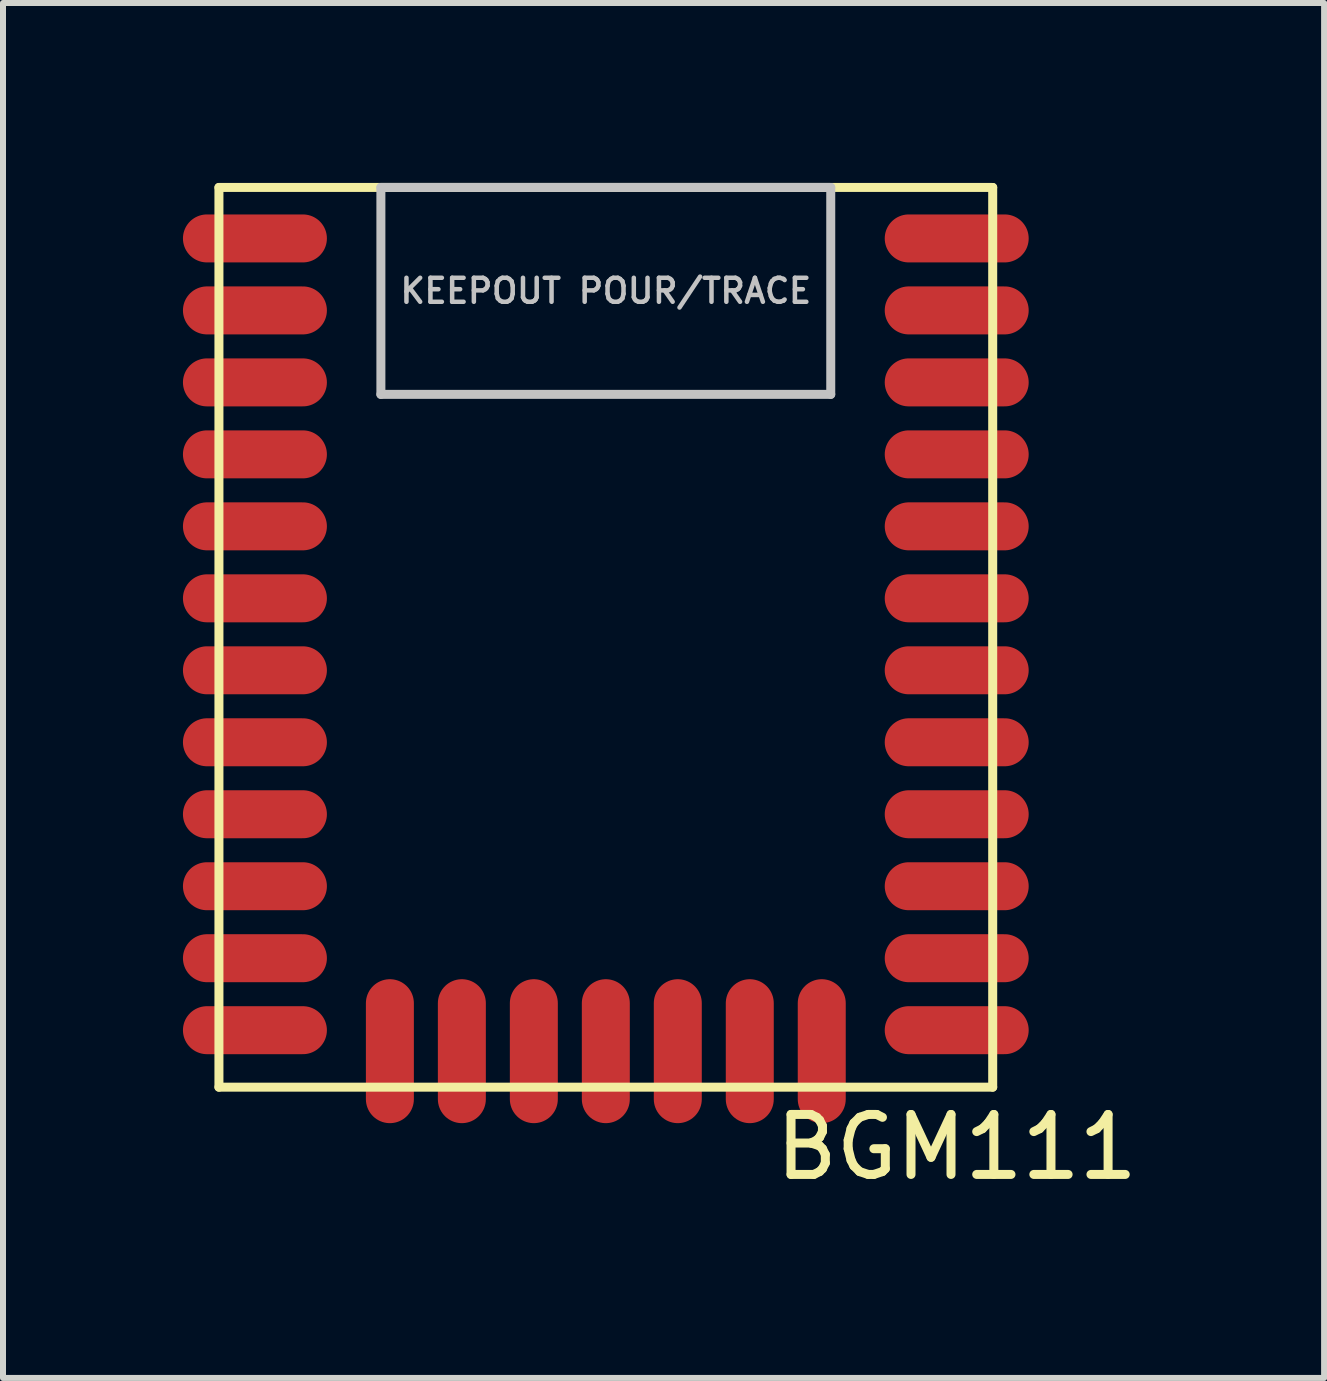
<source format=kicad_pcb>
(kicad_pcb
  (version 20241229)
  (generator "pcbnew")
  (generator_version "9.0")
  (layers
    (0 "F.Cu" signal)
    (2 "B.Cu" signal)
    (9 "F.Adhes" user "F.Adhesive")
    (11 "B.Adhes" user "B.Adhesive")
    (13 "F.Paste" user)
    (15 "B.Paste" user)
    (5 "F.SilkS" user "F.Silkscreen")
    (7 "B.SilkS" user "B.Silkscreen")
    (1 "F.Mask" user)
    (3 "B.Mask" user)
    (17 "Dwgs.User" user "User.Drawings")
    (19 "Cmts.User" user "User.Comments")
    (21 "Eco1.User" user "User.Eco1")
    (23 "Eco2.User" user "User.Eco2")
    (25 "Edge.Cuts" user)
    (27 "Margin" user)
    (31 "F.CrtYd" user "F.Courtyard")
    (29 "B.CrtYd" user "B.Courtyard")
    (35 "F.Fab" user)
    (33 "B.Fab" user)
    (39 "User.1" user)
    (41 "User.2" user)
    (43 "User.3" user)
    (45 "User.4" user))
  (footprint "BGM111"
    (layer "F.Cu")
    (at 7.05 7.575)
    (property "Reference" "BGM111" (at 5.85 8.5 0) (layer "F.SilkS") (effects (font (size 1 1) (thickness 0.15))))
    (attr through_hole)
    (fp_line (start -6.45 -7.5) (end -6.45 7.5) (stroke (width 0.15) (type solid)) (layer "F.SilkS"))
    (fp_line (start -6.45 7.5) (end 6.45 7.5) (stroke (width 0.15) (type solid)) (layer "F.SilkS"))
    (fp_line (start 6.45 -7.5) (end -6.45 -7.5) (stroke (width 0.15) (type solid)) (layer "F.SilkS"))
    (fp_line (start 6.45 7.5) (end 6.45 -7.5) (stroke (width 0.15) (type solid)) (layer "F.SilkS"))
    (fp_line (start -3.75 -7.5) (end -3.75 -4.05) (stroke (width 0.15) (type solid)) (layer "Dwgs.User"))
    (fp_line (start -3.75 -4.05) (end 3.75 -4.05) (stroke (width 0.15) (type solid)) (layer "Dwgs.User"))
    (fp_line (start 3.75 -7.5) (end -3.75 -7.5) (stroke (width 0.15) (type solid)) (layer "Dwgs.User"))
    (fp_line (start 3.75 -4.05) (end 3.75 -7.5) (stroke (width 0.15) (type solid)) (layer "Dwgs.User"))
    (fp_text user "KEEPOUT POUR/TRACE" (at 0 -5.775 0) (layer "Dwgs.User") (effects (font (size 0.4 0.4) (thickness 0.075))))
    (pad "1" smd oval (at -5.85 -6.65) (size 2.4 0.8) (layers "F.Cu" "F.Mask" "F.Paste"))
    (pad "2" smd oval (at -5.85 -5.45) (size 2.4 0.8) (layers "F.Cu" "F.Mask" "F.Paste"))
    (pad "3" smd oval (at -5.85 -4.25) (size 2.4 0.8) (layers "F.Cu" "F.Mask" "F.Paste"))
    (pad "4" smd oval (at -5.85 -3.05) (size 2.4 0.8) (layers "F.Cu" "F.Mask" "F.Paste"))
    (pad "5" smd oval (at -5.85 -1.85) (size 2.4 0.8) (layers "F.Cu" "F.Mask" "F.Paste"))
    (pad "6" smd oval (at -5.85 -0.65) (size 2.4 0.8) (layers "F.Cu" "F.Mask" "F.Paste"))
    (pad "7" smd oval (at -5.85 0.55) (size 2.4 0.8) (layers "F.Cu" "F.Mask" "F.Paste"))
    (pad "8" smd oval (at -5.85 1.75) (size 2.4 0.8) (layers "F.Cu" "F.Mask" "F.Paste"))
    (pad "9" smd oval (at -5.85 2.95) (size 2.4 0.8) (layers "F.Cu" "F.Mask" "F.Paste"))
    (pad "10" smd oval (at -5.85 4.15) (size 2.4 0.8) (layers "F.Cu" "F.Mask" "F.Paste"))
    (pad "11" smd oval (at -5.85 5.35) (size 2.4 0.8) (layers "F.Cu" "F.Mask" "F.Paste"))
    (pad "12" smd oval (at -5.85 6.55) (size 2.4 0.8) (layers "F.Cu" "F.Mask" "F.Paste"))
    (pad "13" smd oval (at -3.6 6.9 90) (size 2.4 0.8) (layers "F.Cu" "F.Mask" "F.Paste"))
    (pad "14" smd oval (at -2.4 6.9 90) (size 2.4 0.8) (layers "F.Cu" "F.Mask" "F.Paste"))
    (pad "15" smd oval (at -1.2 6.9 90) (size 2.4 0.8) (layers "F.Cu" "F.Mask" "F.Paste"))
    (pad "16" smd oval (at 0 6.9 90) (size 2.4 0.8) (layers "F.Cu" "F.Mask" "F.Paste"))
    (pad "17" smd oval (at 1.2 6.9 90) (size 2.4 0.8) (layers "F.Cu" "F.Mask" "F.Paste"))
    (pad "18" smd oval (at 2.4 6.9 90) (size 2.4 0.8) (layers "F.Cu" "F.Mask" "F.Paste"))
    (pad "19" smd oval (at 3.6 6.9 90) (size 2.4 0.8) (layers "F.Cu" "F.Mask" "F.Paste"))
    (pad "20" smd oval (at 5.85 6.55) (size 2.4 0.8) (layers "F.Cu" "F.Mask" "F.Paste"))
    (pad "21" smd oval (at 5.85 5.35) (size 2.4 0.8) (layers "F.Cu" "F.Mask" "F.Paste"))
    (pad "22" smd oval (at 5.85 4.15) (size 2.4 0.8) (layers "F.Cu" "F.Mask" "F.Paste"))
    (pad "23" smd oval (at 5.85 2.95) (size 2.4 0.8) (layers "F.Cu" "F.Mask" "F.Paste"))
    (pad "24" smd oval (at 5.85 1.75) (size 2.4 0.8) (layers "F.Cu" "F.Mask" "F.Paste"))
    (pad "25" smd oval (at 5.85 0.55) (size 2.4 0.8) (layers "F.Cu" "F.Mask" "F.Paste"))
    (pad "26" smd oval (at 5.85 -0.65) (size 2.4 0.8) (layers "F.Cu" "F.Mask" "F.Paste"))
    (pad "27" smd oval (at 5.85 -1.85) (size 2.4 0.8) (layers "F.Cu" "F.Mask" "F.Paste"))
    (pad "28" smd oval (at 5.85 -3.05) (size 2.4 0.8) (layers "F.Cu" "F.Mask" "F.Paste"))
    (pad "29" smd oval (at 5.85 -4.25) (size 2.4 0.8) (layers "F.Cu" "F.Mask" "F.Paste"))
    (pad "30" smd oval (at 5.85 -5.45) (size 2.4 0.8) (layers "F.Cu" "F.Mask" "F.Paste"))
    (pad "31" smd oval (at 5.85 -6.65) (size 2.4 0.8) (layers "F.Cu" "F.Mask" "F.Paste")))
  (gr_rect
    (start -3 -3)
    (end 19.025 19.923)
    (stroke (width 0.1) (type default))
    (fill no)
    (layer "Edge.Cuts")))
</source>
